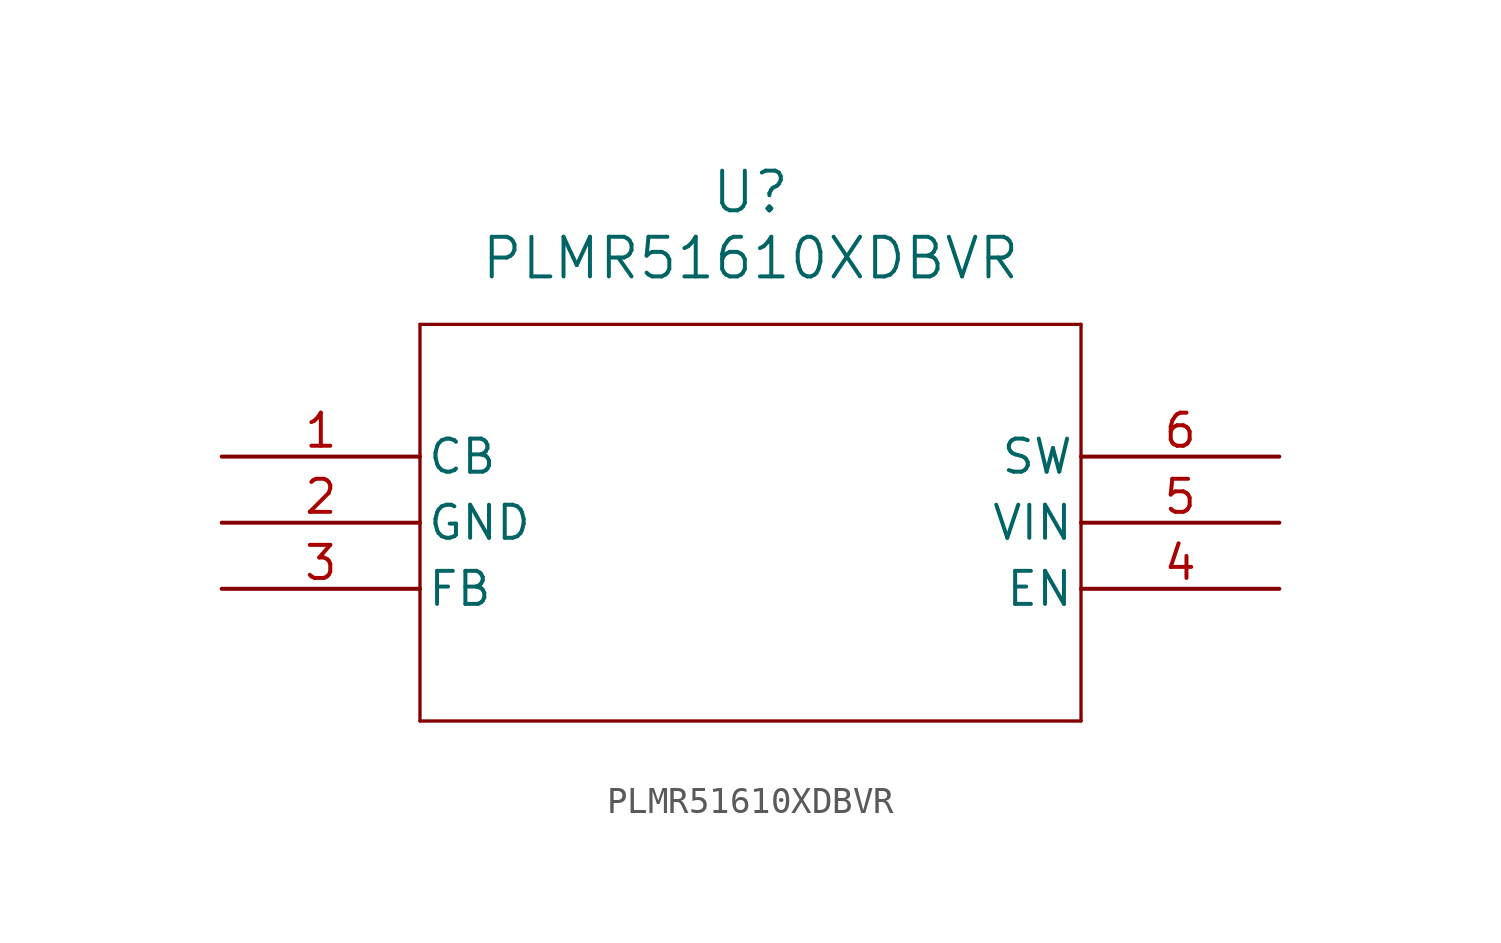
<source format=kicad_sym>
(kicad_symbol_lib
  (version 20211014)
  (generator kicad_symbol_editor)
  (symbol "PLMR51610XDBVR"
    (pin_names
      (offset 0.254))
    (property "Reference" "U"
      (at 20.32 10.16 0)
      (effects (font (size 1.524 1.524))))
    (property "Value" "PLMR51610XDBVR"
      (at 20.32 7.62 0)
      (effects (font (size 1.524 1.524))))
    (symbol "PLMR51610XDBVR_0_1"
      (polyline (pts (xy 7.62 5.08) (xy 7.62 -10.16)) (stroke (width 0.127) (type default) (color 0 0 0 0)) (fill (type none)))
      (polyline (pts (xy 7.62 -10.16) (xy 33.02 -10.16)) (stroke (width 0.127) (type default) (color 0 0 0 0)) (fill (type none)))
      (polyline (pts (xy 33.02 -10.16) (xy 33.02 5.08)) (stroke (width 0.127) (type default) (color 0 0 0 0)) (fill (type none)))
      (polyline (pts (xy 33.02 5.08) (xy 7.62 5.08)) (stroke (width 0.127) (type default) (color 0 0 0 0)) (fill (type none)))
      (pin power_in line (at 0 0 0) (length 7.62) (name "CB" (effects (font (size 1.27 1.27)))) (number "1" (effects (font (size 1.27 1.27)))))
      (pin power_out line (at 0 -2.54 0) (length 7.62) (name "GND" (effects (font (size 1.27 1.27)))) (number "2" (effects (font (size 1.27 1.27)))))
      (pin unspecified line (at 0 -5.08 0) (length 7.62) (name "FB" (effects (font (size 1.27 1.27)))) (number "3" (effects (font (size 1.27 1.27)))))
      (pin unspecified line (at 40.64 -5.08 180) (length 7.62) (name "EN" (effects (font (size 1.27 1.27)))) (number "4" (effects (font (size 1.27 1.27)))))
      (pin power_in line (at 40.64 -2.54 180) (length 7.62) (name "VIN" (effects (font (size 1.27 1.27)))) (number "5" (effects (font (size 1.27 1.27)))))
      (pin power_in line (at 40.64 0 180) (length 7.62) (name "SW" (effects (font (size 1.27 1.27)))) (number "6" (effects (font (size 1.27 1.27))))))))
</source>
